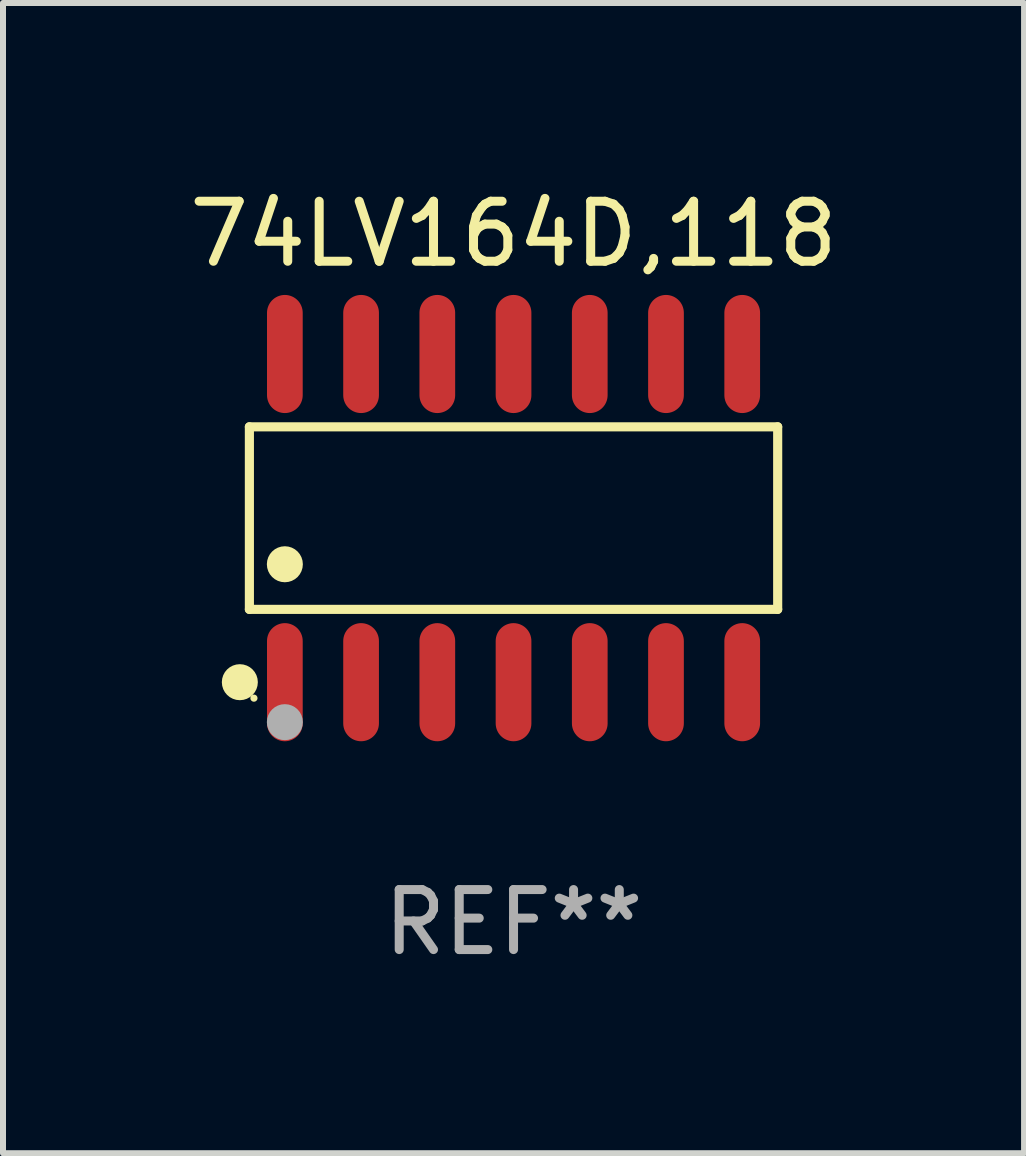
<source format=kicad_pcb>
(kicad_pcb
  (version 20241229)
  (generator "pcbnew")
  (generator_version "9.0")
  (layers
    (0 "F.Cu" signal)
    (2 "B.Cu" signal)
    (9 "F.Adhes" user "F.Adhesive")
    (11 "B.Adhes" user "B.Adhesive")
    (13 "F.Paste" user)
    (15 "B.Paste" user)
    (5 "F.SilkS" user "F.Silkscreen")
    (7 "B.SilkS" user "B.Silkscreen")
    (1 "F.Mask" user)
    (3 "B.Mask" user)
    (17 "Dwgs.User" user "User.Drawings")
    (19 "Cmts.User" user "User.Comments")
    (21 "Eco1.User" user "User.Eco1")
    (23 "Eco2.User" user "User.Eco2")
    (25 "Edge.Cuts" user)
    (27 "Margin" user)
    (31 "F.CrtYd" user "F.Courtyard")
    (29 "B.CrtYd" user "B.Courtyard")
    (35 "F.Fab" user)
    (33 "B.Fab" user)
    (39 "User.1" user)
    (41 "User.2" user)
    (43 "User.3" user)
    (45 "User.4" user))
  (footprint "74LV164D,118"
    (layer "F.Cu")
    (at 5.506 5.582)
    (property "Reference" "74LV164D,118" (at 0 -4.734 0) (layer "F.SilkS") (effects (font (size 1 1) (thickness 0.15))))
    (attr through_hole)
    (fp_line (start -4.401 -1.521) (end 4.401 -1.521) (stroke (width 0.152) (type solid)) (layer "F.SilkS"))
    (fp_line (start -4.401 1.521) (end -4.401 -1.521) (stroke (width 0.152) (type solid)) (layer "F.SilkS"))
    (fp_line (start 4.401 -1.521) (end 4.401 1.521) (stroke (width 0.152) (type solid)) (layer "F.SilkS"))
    (fp_line (start 4.401 1.521) (end -4.401 1.521) (stroke (width 0.152) (type solid)) (layer "F.SilkS"))
    (fp_circle (center -4.56 2.734) (end -4.41 2.734) (stroke (width 0.3) (type solid)) (fill no) (layer "F.SilkS"))
    (fp_circle (center -4.325 3) (end -4.295 3) (stroke (width 0.06) (type solid)) (fill no) (layer "F.SilkS"))
    (fp_circle (center -3.81 0.769) (end -3.66 0.769) (stroke (width 0.3) (type solid)) (fill no) (layer "F.SilkS"))
    (fp_circle (center -3.81 3.4) (end -3.66 3.4) (stroke (width 0.3) (type solid)) (fill no) (layer "F.Fab"))
    (fp_text user "REF**" (at 0 6.734 0) (layer "F.Fab") (effects (font (size 1 1) (thickness 0.15))))
    (pad "1" smd oval (at -3.81 2.734) (size 0.595 1.968) (layers "F.Cu" "F.Mask" "F.Paste"))
    (pad "2" smd oval (at -2.54 2.734) (size 0.595 1.968) (layers "F.Cu" "F.Mask" "F.Paste"))
    (pad "3" smd oval (at -1.27 2.734) (size 0.595 1.968) (layers "F.Cu" "F.Mask" "F.Paste"))
    (pad "4" smd oval (at 0 2.734) (size 0.595 1.968) (layers "F.Cu" "F.Mask" "F.Paste"))
    (pad "5" smd oval (at 1.27 2.734) (size 0.595 1.968) (layers "F.Cu" "F.Mask" "F.Paste"))
    (pad "6" smd oval (at 2.54 2.734) (size 0.595 1.968) (layers "F.Cu" "F.Mask" "F.Paste"))
    (pad "7" smd oval (at 3.81 2.734) (size 0.595 1.968) (layers "F.Cu" "F.Mask" "F.Paste"))
    (pad "8" smd oval (at 3.81 -2.734) (size 0.595 1.968) (layers "F.Cu" "F.Mask" "F.Paste"))
    (pad "9" smd oval (at 2.54 -2.734) (size 0.595 1.968) (layers "F.Cu" "F.Mask" "F.Paste"))
    (pad "10" smd oval (at 1.27 -2.734) (size 0.595 1.968) (layers "F.Cu" "F.Mask" "F.Paste"))
    (pad "11" smd oval (at 0 -2.734) (size 0.595 1.968) (layers "F.Cu" "F.Mask" "F.Paste"))
    (pad "12" smd oval (at -1.27 -2.734) (size 0.595 1.968) (layers "F.Cu" "F.Mask" "F.Paste"))
    (pad "13" smd oval (at -2.54 -2.734) (size 0.595 1.968) (layers "F.Cu" "F.Mask" "F.Paste"))
    (pad "14" smd oval (at -3.81 -2.734) (size 0.595 1.968) (layers "F.Cu" "F.Mask" "F.Paste")))
  (gr_rect
    (start -3 -3)
    (end 14.012 16.164)
    (stroke (width 0.1) (type default))
    (fill no)
    (layer "Edge.Cuts")))
</source>
